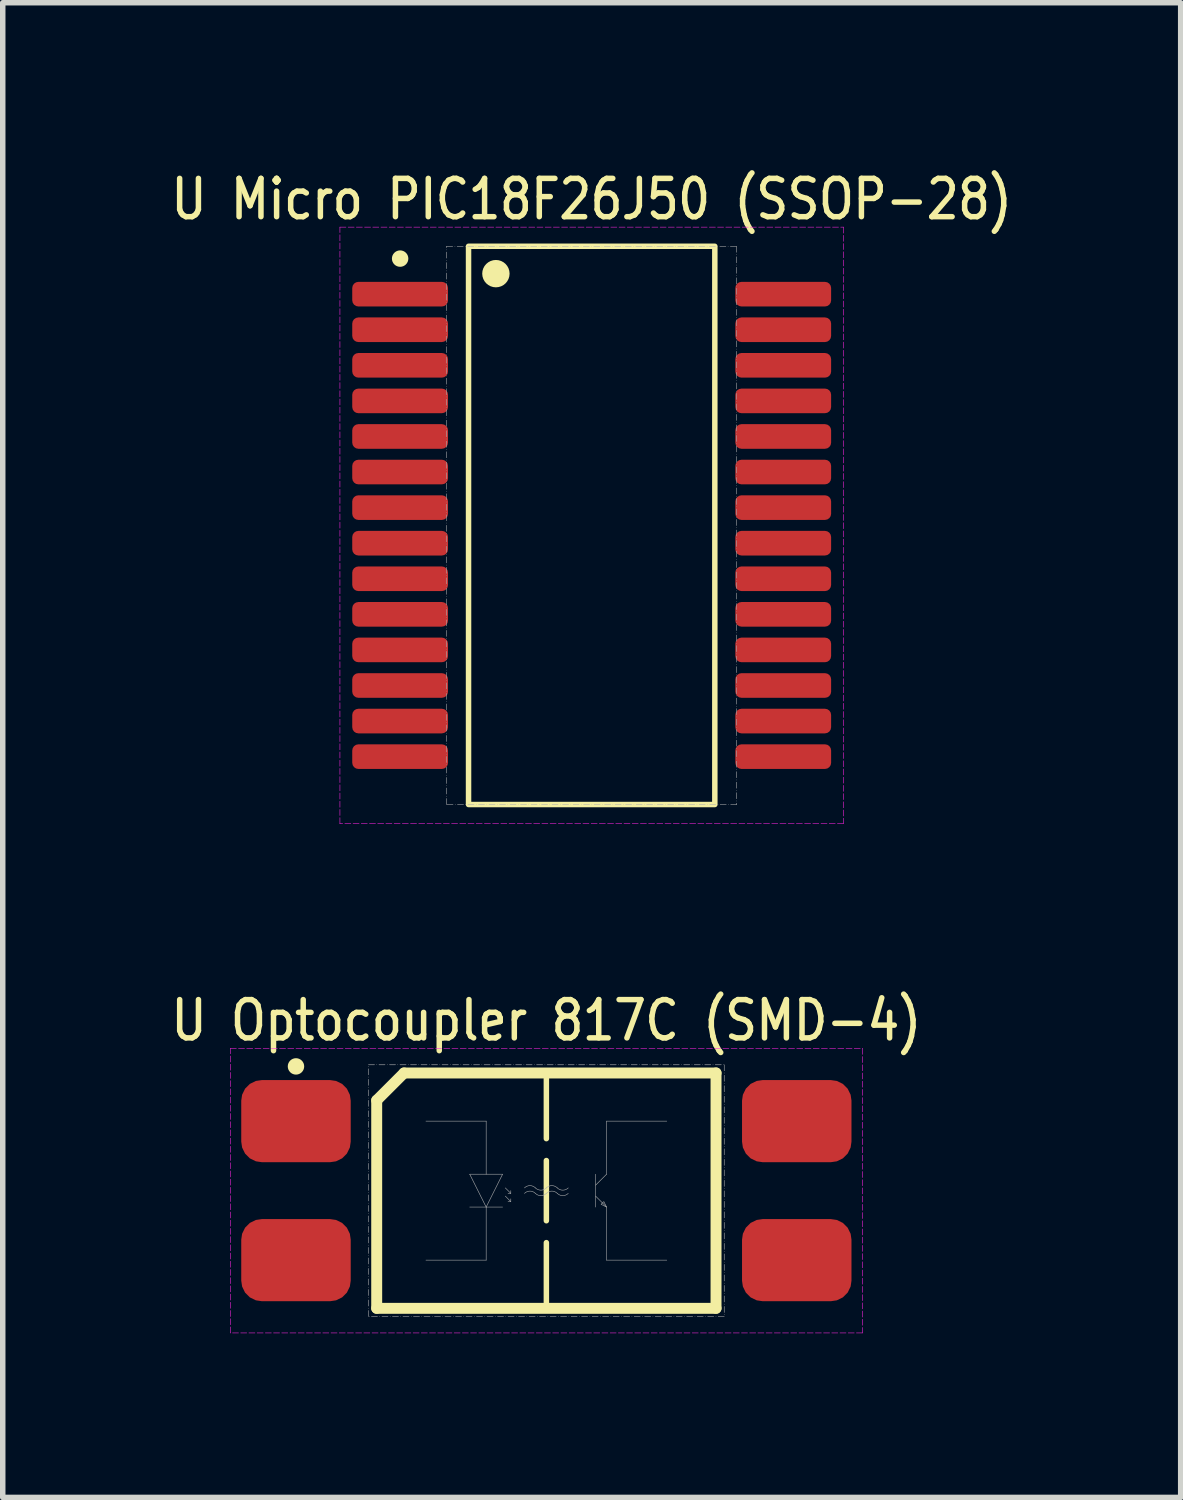
<source format=kicad_pcb>
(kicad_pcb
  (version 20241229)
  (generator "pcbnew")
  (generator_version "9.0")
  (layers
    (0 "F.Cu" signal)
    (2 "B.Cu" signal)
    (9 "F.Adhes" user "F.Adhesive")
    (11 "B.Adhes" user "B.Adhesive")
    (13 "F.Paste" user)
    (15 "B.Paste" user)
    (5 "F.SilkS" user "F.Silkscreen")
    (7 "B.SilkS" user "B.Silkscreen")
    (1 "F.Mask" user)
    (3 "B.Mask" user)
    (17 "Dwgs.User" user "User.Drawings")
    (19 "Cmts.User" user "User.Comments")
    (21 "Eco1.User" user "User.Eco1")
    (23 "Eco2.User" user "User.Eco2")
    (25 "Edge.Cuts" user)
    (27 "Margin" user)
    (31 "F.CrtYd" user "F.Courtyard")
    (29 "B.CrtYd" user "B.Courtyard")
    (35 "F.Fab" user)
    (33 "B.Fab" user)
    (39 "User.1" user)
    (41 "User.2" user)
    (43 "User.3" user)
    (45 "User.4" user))
  (footprint "U Optocoupler 817C (SMD-4)"
    (layer "F.Cu")
    (at 6.933 18.705)
    (property "Reference" "U Optocoupler 817C (SMD-4)" (at 0 -2.7 0) (unlocked yes) (layer "F.SilkS") (effects (font (size 0.7 0.6) (thickness 0.1)) (justify bottom)))
    (attr smd)
    (fp_line (start -3.1 -1.65) (end -2.6 -2.15) (stroke (width 0.2) (type default)) (layer "F.SilkS"))
    (fp_line (start -3.1 2.15) (end -3.1 -1.65) (stroke (width 0.2) (type default)) (layer "F.SilkS"))
    (fp_line (start -2.6 -2.15) (end 3.1 -2.15) (stroke (width 0.2) (type default)) (layer "F.SilkS"))
    (fp_line (start 0 2.05) (end 0 -2.05) (stroke (width 0.1) (type dash)) (layer "F.SilkS"))
    (fp_line (start 3.1 -2.15) (end 3.1 2.15) (stroke (width 0.2) (type default)) (layer "F.SilkS"))
    (fp_line (start 3.1 2.15) (end -3.1 2.15) (stroke (width 0.2) (type default)) (layer "F.SilkS"))
    (fp_circle (center -4.575 -2.27) (end -4.475 -2.27) (stroke (width 0.1) (type solid)) (fill yes) (layer "F.SilkS"))
    (fp_rect (start -5.775 -2.6) (end 5.775 2.6) (stroke (width 0.01) (type dash)) (fill no) (layer "F.CrtYd"))
    (fp_line (start -2.2 -1.27) (end -1.1 -1.27) (stroke (width 0.01) (type default)) (layer "F.Fab"))
    (fp_line (start -2.2 1.27) (end -1.1 1.27) (stroke (width 0.01) (type default)) (layer "F.Fab"))
    (fp_line (start -1.4 -0.3) (end -1.1 0.3) (stroke (width 0.01) (type default)) (layer "F.Fab"))
    (fp_line (start -1.4 -0.3) (end -0.8 -0.3) (stroke (width 0.01) (type default)) (layer "F.Fab"))
    (fp_line (start -1.4 0.3) (end -0.8 0.3) (stroke (width 0.01) (type default)) (layer "F.Fab"))
    (fp_line (start -1.1 -1.27) (end -1.1 -0.3) (stroke (width 0.01) (type default)) (layer "F.Fab"))
    (fp_line (start -1.1 0.3) (end -1.1 1.27) (stroke (width 0.01) (type default)) (layer "F.Fab"))
    (fp_line (start -0.8 -0.3) (end -1.1 0.3) (stroke (width 0.01) (type default)) (layer "F.Fab"))
    (fp_line (start -0.75 -0.05) (end -0.65 0.05) (stroke (width 0.01) (type default)) (layer "F.Fab"))
    (fp_line (start -0.75 0.1) (end -0.65 0.2) (stroke (width 0.01) (type default)) (layer "F.Fab"))
    (fp_line (start -0.7 0.05) (end -0.65 0.05) (stroke (width 0.01) (type default)) (layer "F.Fab"))
    (fp_line (start -0.7 0.2) (end -0.65 0.2) (stroke (width 0.01) (type default)) (layer "F.Fab"))
    (fp_line (start -0.65 0.05) (end -0.65 0) (stroke (width 0.01) (type default)) (layer "F.Fab"))
    (fp_line (start -0.65 0.2) (end -0.65 0.15) (stroke (width 0.01) (type default)) (layer "F.Fab"))
    (fp_line (start 0.9 -0.3) (end 0.9 0.3) (stroke (width 0.01) (type default)) (layer "F.Fab"))
    (fp_line (start 0.9 -0.1) (end 1.1 -0.3) (stroke (width 0.01) (type default)) (layer "F.Fab"))
    (fp_line (start 0.9 0.1) (end 1.1 0.3) (stroke (width 0.01) (type default)) (layer "F.Fab"))
    (fp_line (start 1.1 -1.27) (end 1.1 -0.3) (stroke (width 0.01) (type default)) (layer "F.Fab"))
    (fp_line (start 1.1 0.3) (end 1.1 1.27) (stroke (width 0.01) (type default)) (layer "F.Fab"))
    (fp_line (start 2.2 -1.27) (end 1.1 -1.27) (stroke (width 0.01) (type default)) (layer "F.Fab"))
    (fp_line (start 2.2 1.27) (end 1.1 1.27) (stroke (width 0.01) (type default)) (layer "F.Fab"))
    (fp_rect (start -3.25 -2.3) (end 3.25 2.3) (stroke (width 0.01) (type dash_dot)) (fill no) (layer "F.Fab"))
    (fp_arc (start -0.4 -0.05) (mid -0.3 -0.091421) (end -0.2 -0.05) (stroke (width 0.01) (type default)) (layer "F.Fab"))
    (fp_arc (start -0.4 0.05) (mid -0.3 0.008579) (end -0.2 0.05) (stroke (width 0.01) (type default)) (layer "F.Fab"))
    (fp_arc (start 0 -0.05) (mid -0.1 -0.008579) (end -0.2 -0.05) (stroke (width 0.01) (type default)) (layer "F.Fab"))
    (fp_arc (start 0 -0.05) (mid 0.1 -0.091421) (end 0.2 -0.05) (stroke (width 0.01) (type default)) (layer "F.Fab"))
    (fp_arc (start 0 0.05) (mid -0.1 0.091421) (end -0.2 0.05) (stroke (width 0.01) (type default)) (layer "F.Fab"))
    (fp_arc (start 0 0.05) (mid 0.1 0.008579) (end 0.2 0.05) (stroke (width 0.01) (type default)) (layer "F.Fab"))
    (fp_arc (start 0.4 -0.05) (mid 0.3 -0.008579) (end 0.2 -0.05) (stroke (width 0.01) (type default)) (layer "F.Fab"))
    (fp_arc (start 0.4 0.05) (mid 0.3 0.091421) (end 0.2 0.05) (stroke (width 0.01) (type default)) (layer "F.Fab"))
    (fp_poly (pts (xy 1.05 0.2) (xy 1.1 0.3) (xy 1 0.25)) (stroke (width 0.01) (type solid)) (fill no) (layer "F.Fab"))
    (fp_text user "CATHODE" (at -2.9 1.27 0) (unlocked yes) (layer "User.7") (effects (font (size 0.13 0.07) (thickness 0.01)) (justify left)))
    (fp_text user "COLLECTOR" (at 2.9 -1.27 0) (unlocked yes) (layer "User.7") (effects (font (size 0.13 0.07) (thickness 0.01)) (justify right)))
    (fp_text user "ANODE" (at -2.9 -1.27 0) (unlocked yes) (layer "User.7") (effects (font (size 0.13 0.07) (thickness 0.01)) (justify left)))
    (fp_text user "EMITER" (at 2.9 1.27 0) (unlocked yes) (layer "User.7") (effects (font (size 0.13 0.07) (thickness 0.01)) (justify right)))
    (pad "1" smd roundrect (at -4.575 -1.27) (size 2 1.5) (layers "F.Cu" "F.Mask" "F.Paste") (roundrect_rratio 0.25))
    (pad "2" smd roundrect (at -4.575 1.27) (size 2 1.5) (layers "F.Cu" "F.Mask" "F.Paste") (roundrect_rratio 0.25))
    (pad "3" smd roundrect (at 4.575 1.27) (size 2 1.5) (layers "F.Cu" "F.Mask" "F.Paste") (roundrect_rratio 0.25))
    (pad "4" smd roundrect (at 4.575 -1.27) (size 2 1.5) (layers "F.Cu" "F.Mask" "F.Paste") (roundrect_rratio 0.25)))
  (footprint "U Micro PIC18F26J50 (SSOP-28)"
    (layer "F.Cu")
    (at 7.761 6.55)
    (property "Reference" "U Micro PIC18F26J50 (SSOP-28)" (at 0 -5.55 0) (unlocked yes) (layer "F.SilkS") (effects (font (size 0.7 0.6) (thickness 0.1)) (justify bottom)))
    (attr smd)
    (fp_rect (start -2.25 -5.1) (end 2.25 5.1) (stroke (width 0.1) (type default)) (fill no) (layer "F.SilkS"))
    (fp_circle (center -3.5 -4.875) (end -3.4 -4.875) (stroke (width 0.1) (type solid)) (fill yes) (layer "F.SilkS"))
    (fp_circle (center -1.75 -4.6) (end -1.55 -4.6) (stroke (width 0.1) (type solid)) (fill yes) (layer "F.SilkS"))
    (fp_rect (start -4.6 -5.45) (end 4.6 5.45) (stroke (width 0.01) (type dash)) (fill no) (layer "F.CrtYd"))
    (fp_rect (start -2.65 -5.1) (end 2.65 5.1) (stroke (width 0.01) (type dash_dot)) (fill no) (layer "F.Fab"))
    (fp_text user "RC1/T1OSI/~{UOE}/RP12" (at -2.15 2.925 0) (unlocked yes) (layer "User.7") (effects (font (size 0.13 0.07) (thickness 0.01)) (justify left)))
    (fp_text user "RC5/D+/VP" (at 2.15 3.575 0) (unlocked yes) (layer "User.7") (effects (font (size 0.13 0.07) (thickness 0.01)) (justify right)))
    (fp_text user "RC7/RX1/DT1/SDO1/RP18" (at 2.15 2.275 0) (unlocked yes) (layer "User.7") (effects (font (size 0.13 0.07) (thickness 0.01)) (justify right)))
    (fp_text user "RB4/PMA1/KBI0/SCK1/SCL1/RP7" (at 2.15 -2.275 0) (unlocked yes) (layer "User.7") (effects (font (size 0.13 0.07) (thickness 0.01)) (justify right)))
    (fp_text user "RB2/AN8/CTED1/VMO/REFO/RP5" (at 2.15 -0.975 0) (unlocked yes) (layer "User.7") (effects (font (size 0.13 0.07) (thickness 0.01)) (justify right)))
    (fp_text user "Vdd" (at 2.15 0.975 0) (unlocked yes) (layer "User.7") (effects (font (size 0.13 0.07) (thickness 0.014) (bold yes)) (justify right)))
    (fp_text user "Vusb" (at -2.15 4.225 0) (unlocked yes) (layer "User.7") (effects (font (size 0.13 0.07) (thickness 0.014) (bold yes)) (justify left)))
    (fp_text user "Vss" (at 2.15 1.625 0) (unlocked yes) (layer "User.7") (effects (font (size 0.13 0.07) (thickness 0.014) (bold yes)) (justify right)))
    (fp_text user "RC2/AN11/CTPLS/RP13" (at -2.15 3.575 0) (unlocked yes) (layer "User.7") (effects (font (size 0.13 0.07) (thickness 0.01)) (justify left)))
    (fp_text user "RA3/AN3/Vref+/C1INB" (at -2.15 -1.625 0) (unlocked yes) (layer "User.7") (effects (font (size 0.13 0.07) (thickness 0.01)) (justify left)))
    (fp_text user "OSC2/CLKO/RA6" (at -2.15 1.625 0) (unlocked yes) (layer "User.7") (effects (font (size 0.13 0.07) (thickness 0.01)) (justify left)))
    (fp_text user "RB3/AN9/CTED2/VPO/RP6" (at 2.15 -1.625 0) (unlocked yes) (layer "User.7") (effects (font (size 0.13 0.07) (thickness 0.01)) (justify right)))
    (fp_text user "Vddcore/Vcap" (at -2.15 -0.975 0) (unlocked yes) (layer "User.7") (effects (font (size 0.13 0.07) (thickness 0.014) (bold yes)) (justify left)))
    (fp_text user "RA2/AN2/Vref-/CVref/C2INB" (at -2.15 -2.275 0) (unlocked yes) (layer "User.7") (effects (font (size 0.13 0.07) (thickness 0.01)) (justify left)))
    (fp_text user "RB1/AN10/RTCC/RP4" (at 2.15 -0.325 0) (unlocked yes) (layer "User.7") (effects (font (size 0.13 0.07) (thickness 0.01)) (justify right)))
    (fp_text user "RB7/KBI3/PGD/RP10" (at 2.15 -4.225 0) (unlocked yes) (layer "User.7") (effects (font (size 0.13 0.07) (thickness 0.014) (bold yes)) (justify right)))
    (fp_text user "RA1/AN1/C2INA/RP1" (at -2.15 -2.925 0) (unlocked yes) (layer "User.7") (effects (font (size 0.13 0.07) (thickness 0.01)) (justify left)))
    (fp_text user "Vss" (at -2.15 0.325 0) (unlocked yes) (layer "User.7") (effects (font (size 0.13 0.07) (thickness 0.014) (bold yes)) (justify left)))
    (fp_text user "OSC1/CLKI/RA7" (at -2.15 0.975 0) (unlocked yes) (layer "User.7") (effects (font (size 0.13 0.07) (thickness 0.01)) (justify left)))
    (fp_text user "RC6/TX1/CK1/RP17" (at 2.15 2.925 0) (unlocked yes) (layer "User.7") (effects (font (size 0.13 0.07) (thickness 0.01)) (justify right)))
    (fp_text user "~{MCLR}" (at -2.15 -4.225 0) (unlocked yes) (layer "User.7") (effects (font (size 0.13 0.07) (thickness 0.014) (bold yes)) (justify left)))
    (fp_text user "RC0/T1OSO/T1CKI/RP11" (at -2.15 2.275 0) (unlocked yes) (layer "User.7") (effects (font (size 0.13 0.07) (thickness 0.01)) (justify left)))
    (fp_text user "RA5/AN4/~{SS1}/HLVDIN/RCV/RP2" (at -2.15 -0.325 0) (unlocked yes) (layer "User.7") (effects (font (size 0.13 0.07) (thickness 0.01)) (justify left)))
    (fp_text user "RB0/AN12/INT0/RP3" (at 2.15 0.325 0) (unlocked yes) (layer "User.7") (effects (font (size 0.13 0.07) (thickness 0.01)) (justify right)))
    (fp_text user "RC4/D-/VM" (at 2.15 4.225 0) (unlocked yes) (layer "User.7") (effects (font (size 0.13 0.07) (thickness 0.01)) (justify right)))
    (fp_text user "RB6/KBI2/PGC/RP9" (at 2.15 -3.575 0) (unlocked yes) (layer "User.7") (effects (font (size 0.13 0.07) (thickness 0.014) (bold yes)) (justify right)))
    (fp_text user "RB5/KBI1/SDI1/SDA1/RP8" (at 2.15 -2.925 0) (unlocked yes) (layer "User.7") (effects (font (size 0.13 0.07) (thickness 0.01)) (justify right)))
    (fp_text user "RA0/AN0/C1INA/ULPWU/RP0" (at -2.15 -3.575 0) (unlocked yes) (layer "User.7") (effects (font (size 0.13 0.07) (thickness 0.01)) (justify left)))
    (pad "1" smd roundrect (at -3.5 -4.225) (size 1.75 0.45) (layers "F.Cu" "F.Mask" "F.Paste") (roundrect_rratio 0.25))
    (pad "2" smd roundrect (at -3.5 -3.575) (size 1.75 0.45) (layers "F.Cu" "F.Mask" "F.Paste") (roundrect_rratio 0.25))
    (pad "3" smd roundrect (at -3.5 -2.925) (size 1.75 0.45) (layers "F.Cu" "F.Mask" "F.Paste") (roundrect_rratio 0.25))
    (pad "4" smd roundrect (at -3.5 -2.275) (size 1.75 0.45) (layers "F.Cu" "F.Mask" "F.Paste") (roundrect_rratio 0.25))
    (pad "5" smd roundrect (at -3.5 -1.625) (size 1.75 0.45) (layers "F.Cu" "F.Mask" "F.Paste") (roundrect_rratio 0.25))
    (pad "6" smd roundrect (at -3.5 -0.975) (size 1.75 0.45) (layers "F.Cu" "F.Mask" "F.Paste") (roundrect_rratio 0.25))
    (pad "7" smd roundrect (at -3.5 -0.325) (size 1.75 0.45) (layers "F.Cu" "F.Mask" "F.Paste") (roundrect_rratio 0.25))
    (pad "8" smd roundrect (at -3.5 0.325) (size 1.75 0.45) (layers "F.Cu" "F.Mask" "F.Paste") (roundrect_rratio 0.25))
    (pad "9" smd roundrect (at -3.5 0.975) (size 1.75 0.45) (layers "F.Cu" "F.Mask" "F.Paste") (roundrect_rratio 0.25))
    (pad "10" smd roundrect (at -3.5 1.625) (size 1.75 0.45) (layers "F.Cu" "F.Mask" "F.Paste") (roundrect_rratio 0.25))
    (pad "11" smd roundrect (at -3.5 2.275) (size 1.75 0.45) (layers "F.Cu" "F.Mask" "F.Paste") (roundrect_rratio 0.25))
    (pad "12" smd roundrect (at -3.5 2.925) (size 1.75 0.45) (layers "F.Cu" "F.Mask" "F.Paste") (roundrect_rratio 0.25))
    (pad "13" smd roundrect (at -3.5 3.575) (size 1.75 0.45) (layers "F.Cu" "F.Mask" "F.Paste") (roundrect_rratio 0.25))
    (pad "14" smd roundrect (at -3.5 4.225) (size 1.75 0.45) (layers "F.Cu" "F.Mask" "F.Paste") (roundrect_rratio 0.25))
    (pad "15" smd roundrect (at 3.5 4.225) (size 1.75 0.45) (layers "F.Cu" "F.Mask" "F.Paste") (roundrect_rratio 0.25))
    (pad "16" smd roundrect (at 3.5 3.575) (size 1.75 0.45) (layers "F.Cu" "F.Mask" "F.Paste") (roundrect_rratio 0.25))
    (pad "17" smd roundrect (at 3.5 2.925) (size 1.75 0.45) (layers "F.Cu" "F.Mask" "F.Paste") (roundrect_rratio 0.25))
    (pad "18" smd roundrect (at 3.5 2.275) (size 1.75 0.45) (layers "F.Cu" "F.Mask" "F.Paste") (roundrect_rratio 0.25))
    (pad "19" smd roundrect (at 3.5 1.625) (size 1.75 0.45) (layers "F.Cu" "F.Mask" "F.Paste") (roundrect_rratio 0.25))
    (pad "20" smd roundrect (at 3.5 0.975) (size 1.75 0.45) (layers "F.Cu" "F.Mask" "F.Paste") (roundrect_rratio 0.25))
    (pad "21" smd roundrect (at 3.5 0.325) (size 1.75 0.45) (layers "F.Cu" "F.Mask" "F.Paste") (roundrect_rratio 0.25))
    (pad "22" smd roundrect (at 3.5 -0.325) (size 1.75 0.45) (layers "F.Cu" "F.Mask" "F.Paste") (roundrect_rratio 0.25))
    (pad "23" smd roundrect (at 3.5 -0.975) (size 1.75 0.45) (layers "F.Cu" "F.Mask" "F.Paste") (roundrect_rratio 0.25))
    (pad "24" smd roundrect (at 3.5 -1.625) (size 1.75 0.45) (layers "F.Cu" "F.Mask" "F.Paste") (roundrect_rratio 0.25))
    (pad "25" smd roundrect (at 3.5 -2.275) (size 1.75 0.45) (layers "F.Cu" "F.Mask" "F.Paste") (roundrect_rratio 0.25))
    (pad "26" smd roundrect (at 3.5 -2.925) (size 1.75 0.45) (layers "F.Cu" "F.Mask" "F.Paste") (roundrect_rratio 0.25))
    (pad "27" smd roundrect (at 3.5 -3.575) (size 1.75 0.45) (layers "F.Cu" "F.Mask" "F.Paste") (roundrect_rratio 0.25))
    (pad "28" smd roundrect (at 3.5 -4.225) (size 1.75 0.45) (layers "F.Cu" "F.Mask" "F.Paste") (roundrect_rratio 0.25)))
  (gr_rect
    (start -3 -3)
    (end 18.523 24.31)
    (stroke (width 0.1) (type default))
    (fill no)
    (layer "Edge.Cuts")))
</source>
